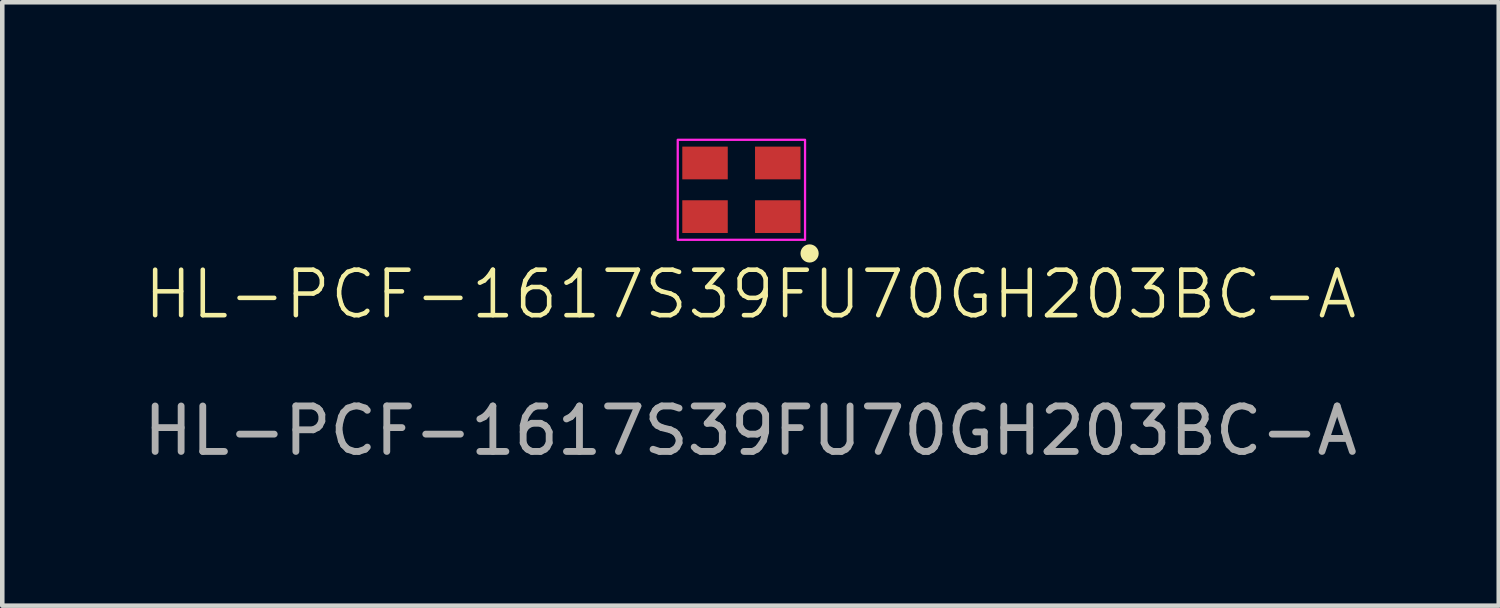
<source format=kicad_pcb>
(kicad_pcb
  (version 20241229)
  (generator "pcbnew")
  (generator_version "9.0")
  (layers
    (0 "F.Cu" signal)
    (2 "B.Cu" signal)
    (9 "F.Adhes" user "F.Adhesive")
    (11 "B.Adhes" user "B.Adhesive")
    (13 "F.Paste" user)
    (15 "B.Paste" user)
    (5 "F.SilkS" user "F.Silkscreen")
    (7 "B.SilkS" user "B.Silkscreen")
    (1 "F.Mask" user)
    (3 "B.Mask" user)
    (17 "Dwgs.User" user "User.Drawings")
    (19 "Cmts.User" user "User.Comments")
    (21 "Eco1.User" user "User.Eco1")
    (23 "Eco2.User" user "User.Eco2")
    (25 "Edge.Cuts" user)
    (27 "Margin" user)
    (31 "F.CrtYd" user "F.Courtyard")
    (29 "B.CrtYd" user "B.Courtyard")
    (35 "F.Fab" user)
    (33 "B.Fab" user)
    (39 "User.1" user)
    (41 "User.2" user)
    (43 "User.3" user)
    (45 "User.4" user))
  (footprint "HL-PCF-1617S39FU70GH203BC-A"
    (layer "F.Cu")
    (at 13.258 1.125)
    (property "Reference" "HL-PCF-1617S39FU70GH203BC-A" (at 0.2 2.3 0) (unlocked yes) (layer "F.SilkS") (effects (font (size 1 1) (thickness 0.1))))
    (attr smd)
    (fp_circle (center 1.5 1.4) (end 1.6 1.4) (stroke (width 0.2) (type default)) (fill no) (layer "F.SilkS"))
    (fp_rect (start -1.4 -1.1) (end 1.4 1.1) (stroke (width 0.05) (type default)) (fill no) (layer "F.CrtYd"))
    (fp_text user "${REFERENCE}" (at 0.2 5.3 0) (unlocked yes) (layer "F.Fab") (effects (font (size 1 1) (thickness 0.15))))
    (pad "1" smd rect (at 0.8 0.59) (size 1 0.72) (layers "F.Cu" "F.Mask" "F.Paste"))
    (pad "2" smd rect (at -0.8 0.59) (size 1 0.72) (layers "F.Cu" "F.Mask" "F.Paste"))
    (pad "3" smd rect (at -0.8 -0.59) (size 1 0.72) (layers "F.Cu" "F.Mask" "F.Paste"))
    (pad "4" smd rect (at 0.8 -0.59) (size 1 0.72) (layers "F.Cu" "F.Mask" "F.Paste")))
  (gr_rect
    (start -3 -3)
    (end 29.917 10.273)
    (stroke (width 0.1) (type default))
    (fill no)
    (layer "Edge.Cuts")))
</source>
